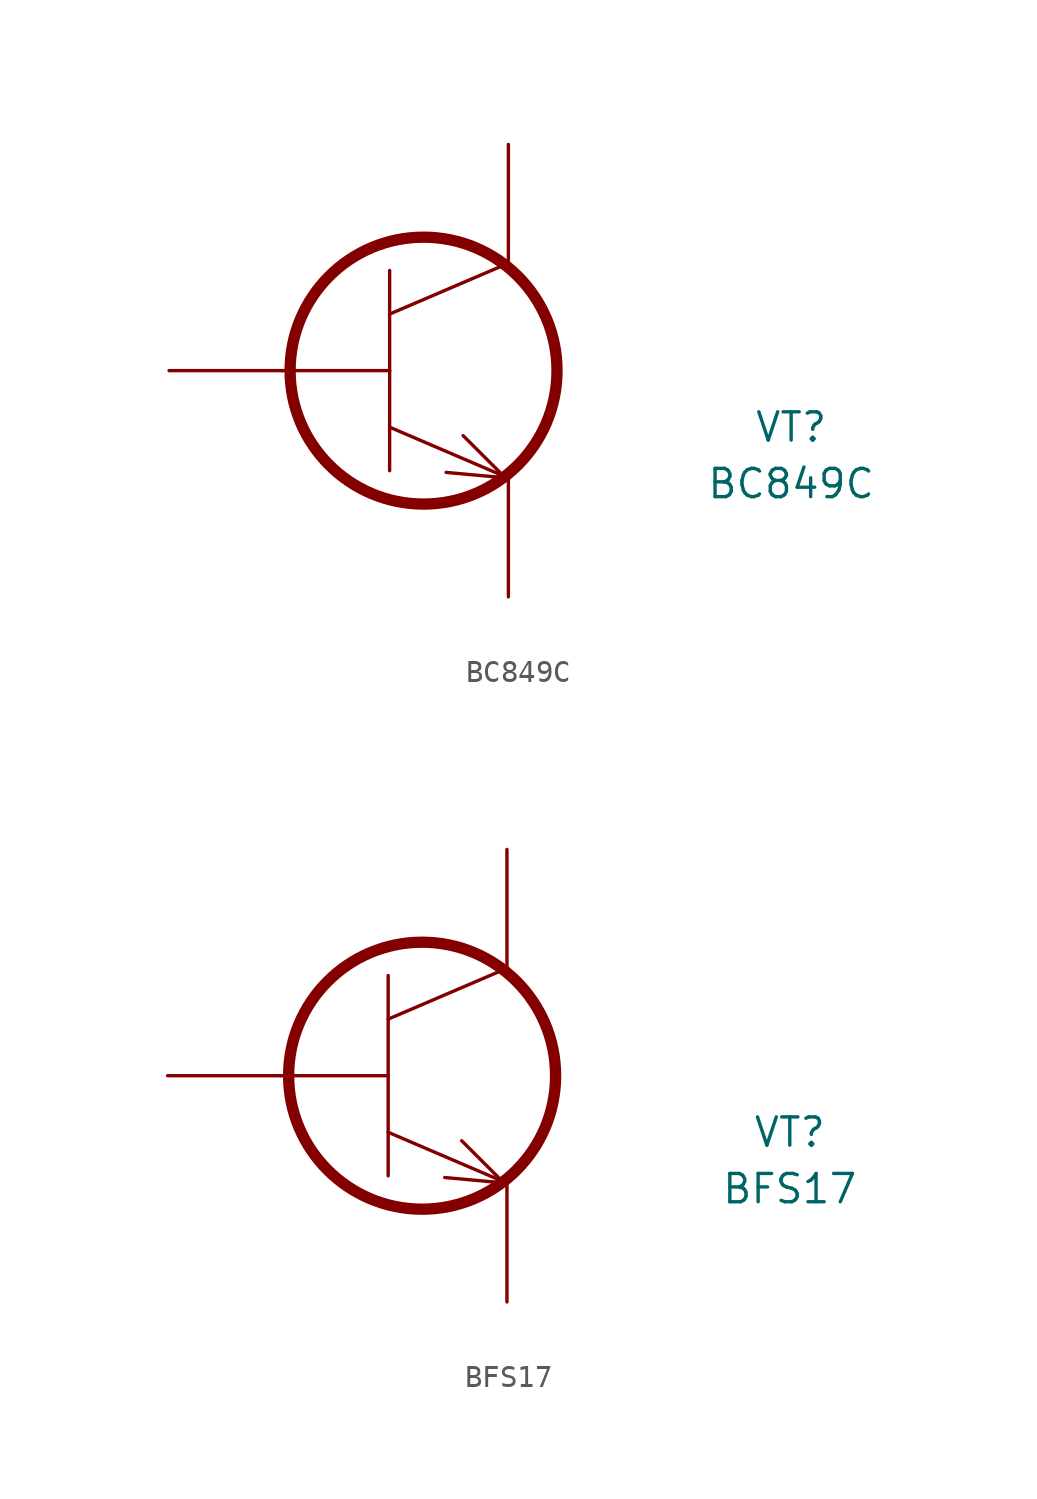
<source format=kicad_sym>
(kicad_symbol_lib
  (version 20211014)
  (generator kicad_symbol_editor)
  (symbol "BC849C"
    (pin_numbers hide)
    (pin_names
      (offset 1.016) hide)
    (property "Reference" "VT"
      (at 27.94 -2.54 0)
      (effects (font (size 1.27 1.27))))
    (property "Value" "BC849C"
      (at 27.94 -5.08 0)
      (effects (font (size 1.27 1.27))))
    (symbol "BC849C_0_1"
      (polyline (pts (xy 5.08 0) (xy 9.906 0)) (stroke (width 0) (type default) (color 0 0 0 0)) (fill (type none)))
      (polyline (pts (xy 9.906 -2.54) (xy 15.24 -4.826)) (stroke (width 0) (type default) (color 0 0 0 0)) (fill (type none)))
      (polyline (pts (xy 9.906 0) (xy 9.906 -4.496)) (stroke (width 0) (type default) (color 0 0 0 0)) (fill (type none)))
      (polyline (pts (xy 9.906 0) (xy 9.906 4.496)) (stroke (width 0) (type default) (color 0 0 0 0)) (fill (type none)))
      (polyline (pts (xy 9.906 2.54) (xy 15.24 4.826)) (stroke (width 0) (type default) (color 0 0 0 0)) (fill (type none)))
      (polyline (pts (xy 12.446 -4.572) (xy 15.24 -4.826)) (stroke (width 0) (type default) (color 0 0 0 0)) (fill (type none)))
      (polyline (pts (xy 14.986 -4.699) (xy 13.208 -2.921)) (stroke (width 0) (type default) (color 0 0 0 0)) (fill (type none)))
      (circle (center 11.43 0) (radius 5.994) (stroke (width 0.508) (type default) (color 0 0 0 0)) (fill (type none))))
    (symbol "BC849C_1_1"
      (pin passive line (at 0 0 0) (length 5.08) (name "1" (effects (font (size 1.27 1.27)))) (number "1" (effects (font (size 1.27 1.27)))))
      (pin passive line (at 15.24 -10.16 90) (length 5.334) (name "2" (effects (font (size 1.27 1.27)))) (number "2" (effects (font (size 1.27 1.27)))))
      (pin passive line (at 15.24 10.16 270) (length 5.334) (name "3" (effects (font (size 1.27 1.27)))) (number "3" (effects (font (size 1.27 1.27)))))))
  (symbol "BFS17"
    (pin_numbers hide)
    (pin_names
      (offset 1.016) hide)
    (property "Reference" "VT"
      (at 27.94 -2.54 0)
      (effects (font (size 1.27 1.27))))
    (property "Value" "BFS17"
      (at 27.94 -5.08 0)
      (effects (font (size 1.27 1.27))))
    (symbol "BFS17_0_1"
      (polyline (pts (xy 5.08 0) (xy 9.906 0)) (stroke (width 0) (type default) (color 0 0 0 0)) (fill (type none)))
      (polyline (pts (xy 9.906 -2.54) (xy 15.24 -4.826)) (stroke (width 0) (type default) (color 0 0 0 0)) (fill (type none)))
      (polyline (pts (xy 9.906 0) (xy 9.906 -4.496)) (stroke (width 0) (type default) (color 0 0 0 0)) (fill (type none)))
      (polyline (pts (xy 9.906 0) (xy 9.906 4.496)) (stroke (width 0) (type default) (color 0 0 0 0)) (fill (type none)))
      (polyline (pts (xy 9.906 2.54) (xy 15.24 4.826)) (stroke (width 0) (type default) (color 0 0 0 0)) (fill (type none)))
      (polyline (pts (xy 12.446 -4.572) (xy 15.24 -4.826)) (stroke (width 0) (type default) (color 0 0 0 0)) (fill (type none)))
      (polyline (pts (xy 14.986 -4.699) (xy 13.208 -2.921)) (stroke (width 0) (type default) (color 0 0 0 0)) (fill (type none)))
      (circle (center 11.43 0) (radius 5.994) (stroke (width 0.508) (type default) (color 0 0 0 0)) (fill (type none))))
    (symbol "BFS17_1_1"
      (pin passive line (at 0 0 0) (length 5.08) (name "1" (effects (font (size 1.27 1.27)))) (number "1" (effects (font (size 1.27 1.27)))))
      (pin passive line (at 15.24 -10.16 90) (length 5.334) (name "2" (effects (font (size 1.27 1.27)))) (number "2" (effects (font (size 1.27 1.27)))))
      (pin passive line (at 15.24 10.16 270) (length 5.334) (name "3" (effects (font (size 1.27 1.27)))) (number "3" (effects (font (size 1.27 1.27))))))))
</source>
